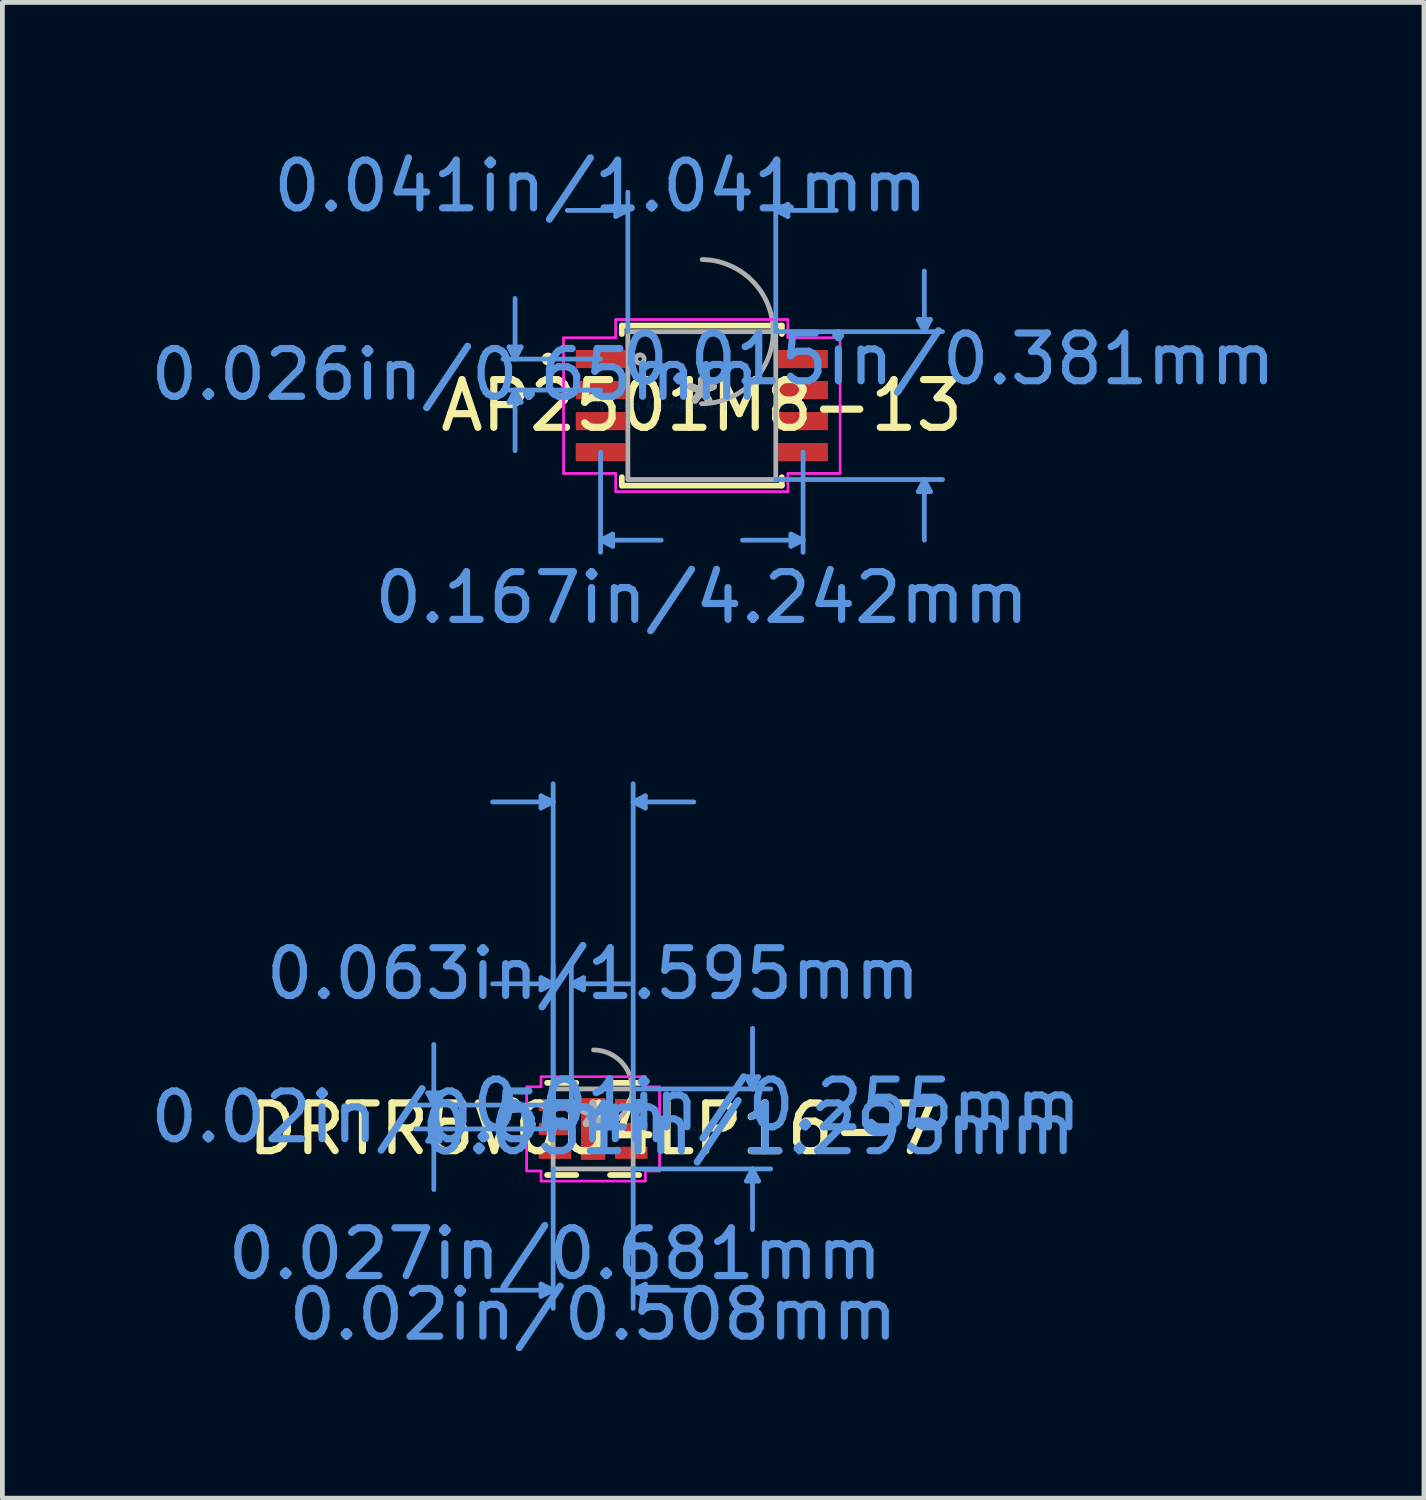
<source format=kicad_pcb>
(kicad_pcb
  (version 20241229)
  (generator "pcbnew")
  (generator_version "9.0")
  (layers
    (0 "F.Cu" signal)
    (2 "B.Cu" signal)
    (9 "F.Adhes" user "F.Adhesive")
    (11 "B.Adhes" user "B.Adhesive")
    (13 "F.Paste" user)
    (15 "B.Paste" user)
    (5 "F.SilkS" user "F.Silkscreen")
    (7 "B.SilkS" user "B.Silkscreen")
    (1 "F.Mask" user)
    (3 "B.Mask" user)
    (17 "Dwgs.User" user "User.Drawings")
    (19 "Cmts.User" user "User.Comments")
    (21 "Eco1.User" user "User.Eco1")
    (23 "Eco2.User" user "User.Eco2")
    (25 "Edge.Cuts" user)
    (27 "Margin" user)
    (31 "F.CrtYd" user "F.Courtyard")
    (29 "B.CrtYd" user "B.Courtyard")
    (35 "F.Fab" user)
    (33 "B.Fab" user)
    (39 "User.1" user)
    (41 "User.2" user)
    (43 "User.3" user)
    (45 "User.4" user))
  (footprint "AP2501M8-13"
    (layer "F.Cu")
    (at 11.651 5.446)
    (property "Reference" "AP2501M8-13" (at 0 0 0) (layer "F.SilkS") (effects (font (size 1 1) (thickness 0.15))))
    (attr through_hole)
    (fp_line (start -1.676 -1.676) (end -1.676 -1.499) (stroke (width 0.12) (type solid)) (layer "F.SilkS"))
    (fp_line (start -1.676 1.499) (end -1.676 1.676) (stroke (width 0.12) (type solid)) (layer "F.SilkS"))
    (fp_line (start -1.676 1.676) (end 1.676 1.676) (stroke (width 0.12) (type solid)) (layer "F.SilkS"))
    (fp_line (start 1.676 -1.676) (end -1.676 -1.676) (stroke (width 0.12) (type solid)) (layer "F.SilkS"))
    (fp_line (start 1.676 -1.499) (end 1.676 -1.676) (stroke (width 0.12) (type solid)) (layer "F.SilkS"))
    (fp_line (start 1.676 1.676) (end 1.676 1.499) (stroke (width 0.12) (type solid)) (layer "F.SilkS"))
    (fp_circle (center -3.221 -0.975) (end -3.145 -0.975) (stroke (width 0.12) (type solid)) (fill no) (layer "F.SilkS"))
    (fp_line (start -4.039 -1.229) (end -3.912 -0.975) (stroke (width 0.1) (type solid)) (layer "Cmts.User"))
    (fp_line (start -4.039 -0.071) (end -3.912 -0.325) (stroke (width 0.1) (type solid)) (layer "Cmts.User"))
    (fp_line (start -3.912 -0.975) (end -3.912 -2.245) (stroke (width 0.1) (type solid)) (layer "Cmts.User"))
    (fp_line (start -3.912 -0.975) (end -3.785 -1.229) (stroke (width 0.1) (type solid)) (layer "Cmts.User"))
    (fp_line (start -3.912 -0.325) (end -3.912 0.945) (stroke (width 0.1) (type solid)) (layer "Cmts.User"))
    (fp_line (start -3.912 -0.325) (end -3.785 -0.071) (stroke (width 0.1) (type solid)) (layer "Cmts.User"))
    (fp_line (start -3.785 -1.229) (end -4.039 -1.229) (stroke (width 0.1) (type solid)) (layer "Cmts.User"))
    (fp_line (start -3.785 -0.071) (end -4.039 -0.071) (stroke (width 0.1) (type solid)) (layer "Cmts.User"))
    (fp_line (start -2.121 -0.975) (end -4.166 -0.975) (stroke (width 0.1) (type solid)) (layer "Cmts.User"))
    (fp_line (start -2.121 -0.325) (end -4.166 -0.325) (stroke (width 0.1) (type solid)) (layer "Cmts.User"))
    (fp_line (start -2.121 0.975) (end -2.121 3.073) (stroke (width 0.1) (type solid)) (layer "Cmts.User"))
    (fp_line (start -2.121 2.819) (end -1.867 2.946) (stroke (width 0.1) (type solid)) (layer "Cmts.User"))
    (fp_line (start -2.121 2.819) (end -0.851 2.819) (stroke (width 0.1) (type solid)) (layer "Cmts.User"))
    (fp_line (start -1.867 2.692) (end -2.121 2.819) (stroke (width 0.1) (type solid)) (layer "Cmts.User"))
    (fp_line (start -1.867 2.946) (end -1.867 2.692) (stroke (width 0.1) (type solid)) (layer "Cmts.User"))
    (fp_line (start -1.803 -4.216) (end -1.803 -3.962) (stroke (width 0.1) (type solid)) (layer "Cmts.User"))
    (fp_line (start -1.549 -4.089) (end -2.819 -4.089) (stroke (width 0.1) (type solid)) (layer "Cmts.User"))
    (fp_line (start -1.549 -4.089) (end -1.803 -4.216) (stroke (width 0.1) (type solid)) (layer "Cmts.User"))
    (fp_line (start -1.549 -4.089) (end -1.803 -3.962) (stroke (width 0.1) (type solid)) (layer "Cmts.User"))
    (fp_line (start -1.549 -1.549) (end -1.549 -4.47) (stroke (width 0.1) (type solid)) (layer "Cmts.User"))
    (fp_line (start 1.549 -4.089) (end 1.803 -4.216) (stroke (width 0.1) (type solid)) (layer "Cmts.User"))
    (fp_line (start 1.549 -4.089) (end 1.803 -3.962) (stroke (width 0.1) (type solid)) (layer "Cmts.User"))
    (fp_line (start 1.549 -4.089) (end 2.819 -4.089) (stroke (width 0.1) (type solid)) (layer "Cmts.User"))
    (fp_line (start 1.549 -1.549) (end 1.549 -4.47) (stroke (width 0.1) (type solid)) (layer "Cmts.User"))
    (fp_line (start 1.549 -1.549) (end 5.042 -1.549) (stroke (width 0.1) (type solid)) (layer "Cmts.User"))
    (fp_line (start 1.549 1.549) (end 5.042 1.549) (stroke (width 0.1) (type solid)) (layer "Cmts.User"))
    (fp_line (start 1.803 -4.216) (end 1.803 -3.962) (stroke (width 0.1) (type solid)) (layer "Cmts.User"))
    (fp_line (start 1.867 2.692) (end 2.121 2.819) (stroke (width 0.1) (type solid)) (layer "Cmts.User"))
    (fp_line (start 1.867 2.946) (end 1.867 2.692) (stroke (width 0.1) (type solid)) (layer "Cmts.User"))
    (fp_line (start 2.121 0.975) (end 2.121 3.073) (stroke (width 0.1) (type solid)) (layer "Cmts.User"))
    (fp_line (start 2.121 2.819) (end 0.851 2.819) (stroke (width 0.1) (type solid)) (layer "Cmts.User"))
    (fp_line (start 2.121 2.819) (end 1.867 2.946) (stroke (width 0.1) (type solid)) (layer "Cmts.User"))
    (fp_line (start 4.534 -1.803) (end 4.788 -1.803) (stroke (width 0.1) (type solid)) (layer "Cmts.User"))
    (fp_line (start 4.534 1.803) (end 4.788 1.803) (stroke (width 0.1) (type solid)) (layer "Cmts.User"))
    (fp_line (start 4.661 -1.549) (end 4.534 -1.803) (stroke (width 0.1) (type solid)) (layer "Cmts.User"))
    (fp_line (start 4.661 -1.549) (end 4.661 -2.819) (stroke (width 0.1) (type solid)) (layer "Cmts.User"))
    (fp_line (start 4.661 -1.549) (end 4.788 -1.803) (stroke (width 0.1) (type solid)) (layer "Cmts.User"))
    (fp_line (start 4.661 1.549) (end 4.534 1.803) (stroke (width 0.1) (type solid)) (layer "Cmts.User"))
    (fp_line (start 4.661 1.549) (end 4.661 2.819) (stroke (width 0.1) (type solid)) (layer "Cmts.User"))
    (fp_line (start 4.661 1.549) (end 4.788 1.803) (stroke (width 0.1) (type solid)) (layer "Cmts.User"))
    (fp_line (start -2.896 -1.42) (end -1.803 -1.42) (stroke (width 0.05) (type solid)) (layer "F.CrtYd"))
    (fp_line (start -2.896 -1.42) (end -1.803 -1.42) (stroke (width 0.05) (type solid)) (layer "F.CrtYd"))
    (fp_line (start -2.896 1.42) (end -2.896 -1.42) (stroke (width 0.05) (type solid)) (layer "F.CrtYd"))
    (fp_line (start -2.896 1.42) (end -2.896 -1.42) (stroke (width 0.05) (type solid)) (layer "F.CrtYd"))
    (fp_line (start -2.896 1.42) (end -1.803 1.42) (stroke (width 0.05) (type solid)) (layer "F.CrtYd"))
    (fp_line (start -1.803 -1.803) (end 1.803 -1.803) (stroke (width 0.05) (type solid)) (layer "F.CrtYd"))
    (fp_line (start -1.803 -1.803) (end 1.803 -1.803) (stroke (width 0.05) (type solid)) (layer "F.CrtYd"))
    (fp_line (start -1.803 -1.42) (end -1.803 -1.803) (stroke (width 0.05) (type solid)) (layer "F.CrtYd"))
    (fp_line (start -1.803 -1.42) (end -1.803 -1.803) (stroke (width 0.05) (type solid)) (layer "F.CrtYd"))
    (fp_line (start -1.803 1.42) (end -2.896 1.42) (stroke (width 0.05) (type solid)) (layer "F.CrtYd"))
    (fp_line (start -1.803 1.803) (end -1.803 1.42) (stroke (width 0.05) (type solid)) (layer "F.CrtYd"))
    (fp_line (start -1.803 1.803) (end -1.803 1.42) (stroke (width 0.05) (type solid)) (layer "F.CrtYd"))
    (fp_line (start 1.803 -1.803) (end 1.803 -1.42) (stroke (width 0.05) (type solid)) (layer "F.CrtYd"))
    (fp_line (start 1.803 -1.803) (end 1.803 -1.42) (stroke (width 0.05) (type solid)) (layer "F.CrtYd"))
    (fp_line (start 1.803 -1.42) (end 2.896 -1.42) (stroke (width 0.05) (type solid)) (layer "F.CrtYd"))
    (fp_line (start 1.803 1.42) (end 1.803 1.803) (stroke (width 0.05) (type solid)) (layer "F.CrtYd"))
    (fp_line (start 1.803 1.42) (end 1.803 1.803) (stroke (width 0.05) (type solid)) (layer "F.CrtYd"))
    (fp_line (start 1.803 1.803) (end -1.803 1.803) (stroke (width 0.05) (type solid)) (layer "F.CrtYd"))
    (fp_line (start 1.803 1.803) (end -1.803 1.803) (stroke (width 0.05) (type solid)) (layer "F.CrtYd"))
    (fp_line (start 2.896 -1.42) (end 1.803 -1.42) (stroke (width 0.05) (type solid)) (layer "F.CrtYd"))
    (fp_line (start 2.896 -1.42) (end 2.896 1.42) (stroke (width 0.05) (type solid)) (layer "F.CrtYd"))
    (fp_line (start 2.896 -1.42) (end 2.896 1.42) (stroke (width 0.05) (type solid)) (layer "F.CrtYd"))
    (fp_line (start 2.896 1.42) (end 1.803 1.42) (stroke (width 0.05) (type solid)) (layer "F.CrtYd"))
    (fp_line (start 2.896 1.42) (end 1.803 1.42) (stroke (width 0.05) (type solid)) (layer "F.CrtYd"))
    (fp_line (start -1.549 -1.549) (end -1.549 1.549) (stroke (width 0.1) (type solid)) (layer "F.Fab"))
    (fp_line (start -1.549 1.549) (end 1.549 1.549) (stroke (width 0.1) (type solid)) (layer "F.Fab"))
    (fp_line (start 1.549 -1.549) (end -1.549 -1.549) (stroke (width 0.1) (type solid)) (layer "F.Fab"))
    (fp_line (start 1.549 1.549) (end 1.549 -1.549) (stroke (width 0.1) (type solid)) (layer "F.Fab"))
    (fp_arc (start 0.007742 -3.059445) (mid 1.510045 -1.541658) (end -0.007742 -0.039355) (stroke (width 0.1) (type solid)) (layer "F.Fab"))
    (fp_circle (center -1.295 -0.975) (end -1.257 -0.975) (stroke (width 0.1) (type solid)) (fill no) (layer "F.Fab"))
    (fp_text user "*" (at 0 0 0) (layer "F.SilkS") (effects (font (size 1 1) (thickness 0.15))))
    (fp_text user "0.026in/0.65mm" (at -5.169 -0.65 0) (layer "Cmts.User") (effects (font (size 1 1) (thickness 0.15))))
    (fp_text user "0.167in/4.242mm" (at 0 4.023 0) (layer "Cmts.User") (effects (font (size 1 1) (thickness 0.15))))
    (fp_text user "0.041in/1.041mm" (at -2.121 -4.597 0) (layer "Cmts.User") (effects (font (size 1 1) (thickness 0.15))))
    (fp_text user "0.015in/0.381mm" (at 5.169 -0.975 0) (layer "Cmts.User") (effects (font (size 1 1) (thickness 0.15))))
    (fp_text user "Copyright 2021 Accelerated Designs. All rights reserved." (at 0 0 0) (layer "Cmts.User") (effects (font (size 0.127 0.127) (thickness 0.002))))
    (fp_text user "*" (at 0 0 0) (layer "F.Fab") (effects (font (size 1 1) (thickness 0.15))))
    (pad "1" smd rect (at -2.121 -0.975) (size 1.041 0.381) (layers "F.Cu" "F.Mask" "F.Paste"))
    (pad "2" smd rect (at -2.121 -0.325) (size 1.041 0.381) (layers "F.Cu" "F.Mask" "F.Paste"))
    (pad "3" smd rect (at -2.121 0.325) (size 1.041 0.381) (layers "F.Cu" "F.Mask" "F.Paste"))
    (pad "4" smd rect (at -2.121 0.975) (size 1.041 0.381) (layers "F.Cu" "F.Mask" "F.Paste"))
    (pad "5" smd rect (at 2.121 0.975) (size 1.041 0.381) (layers "F.Cu" "F.Mask" "F.Paste"))
    (pad "6" smd rect (at 2.121 0.325) (size 1.041 0.381) (layers "F.Cu" "F.Mask" "F.Paste"))
    (pad "7" smd rect (at 2.121 -0.325) (size 1.041 0.381) (layers "F.Cu" "F.Mask" "F.Paste"))
    (pad "8" smd rect (at 2.121 -0.975) (size 1.041 0.381) (layers "F.Cu" "F.Mask" "F.Paste")))
  (footprint "DRTR5V0U4LP16-7"
    (layer "F.Cu")
    (at 9.375 20.598)
    (property "Reference" "DRTR5V0U4LP16-7" (at 0 0 0) (layer "F.SilkS") (effects (font (size 1 1) (thickness 0.15))))
    (attr through_hole)
    (fp_line (start -0.965 0.965) (end -0.354 0.965) (stroke (width 0.12) (type solid)) (layer "F.SilkS"))
    (fp_line (start -0.354 -0.965) (end -0.965 -0.965) (stroke (width 0.12) (type solid)) (layer "F.SilkS"))
    (fp_line (start 0.354 0.965) (end 0.965 0.965) (stroke (width 0.12) (type solid)) (layer "F.SilkS"))
    (fp_line (start 0.965 -0.965) (end 0.354 -0.965) (stroke (width 0.12) (type solid)) (layer "F.SilkS"))
    (fp_circle (center -1.689 -0.5) (end -1.587 -0.5) (stroke (width 0.12) (type solid)) (fill no) (layer "F.SilkS"))
    (fp_line (start -3.465 -0.754) (end -3.211 -0.754) (stroke (width 0.1) (type solid)) (layer "Cmts.User"))
    (fp_line (start -3.465 0.254) (end -3.211 0.254) (stroke (width 0.1) (type solid)) (layer "Cmts.User"))
    (fp_line (start -3.338 -0.5) (end -3.465 -0.754) (stroke (width 0.1) (type solid)) (layer "Cmts.User"))
    (fp_line (start -3.338 -0.5) (end -3.338 -1.77) (stroke (width 0.1) (type solid)) (layer "Cmts.User"))
    (fp_line (start -3.338 -0.5) (end -3.211 -0.754) (stroke (width 0.1) (type solid)) (layer "Cmts.User"))
    (fp_line (start -3.338 0) (end -3.465 0.254) (stroke (width 0.1) (type solid)) (layer "Cmts.User"))
    (fp_line (start -3.338 0) (end -3.338 1.27) (stroke (width 0.1) (type solid)) (layer "Cmts.User"))
    (fp_line (start -3.338 0) (end -3.211 0.254) (stroke (width 0.1) (type solid)) (layer "Cmts.User"))
    (fp_line (start -1.092 -6.977) (end -1.092 -6.723) (stroke (width 0.1) (type solid)) (layer "Cmts.User"))
    (fp_line (start -1.092 -3.167) (end -1.092 -2.913) (stroke (width 0.1) (type solid)) (layer "Cmts.User"))
    (fp_line (start -1.092 3.251) (end -1.092 3.505) (stroke (width 0.1) (type solid)) (layer "Cmts.User"))
    (fp_line (start -0.838 -6.85) (end -2.108 -6.85) (stroke (width 0.1) (type solid)) (layer "Cmts.User"))
    (fp_line (start -0.838 -6.85) (end -1.092 -6.977) (stroke (width 0.1) (type solid)) (layer "Cmts.User"))
    (fp_line (start -0.838 -6.85) (end -1.092 -6.723) (stroke (width 0.1) (type solid)) (layer "Cmts.User"))
    (fp_line (start -0.838 -3.04) (end -2.108 -3.04) (stroke (width 0.1) (type solid)) (layer "Cmts.User"))
    (fp_line (start -0.838 -3.04) (end -1.092 -3.167) (stroke (width 0.1) (type solid)) (layer "Cmts.User"))
    (fp_line (start -0.838 -3.04) (end -1.092 -2.913) (stroke (width 0.1) (type solid)) (layer "Cmts.User"))
    (fp_line (start -0.838 -0.5) (end -0.838 -7.231) (stroke (width 0.1) (type solid)) (layer "Cmts.User"))
    (fp_line (start -0.838 -0.5) (end -0.838 -3.421) (stroke (width 0.1) (type solid)) (layer "Cmts.User"))
    (fp_line (start -0.838 0.838) (end -0.838 3.759) (stroke (width 0.1) (type solid)) (layer "Cmts.User"))
    (fp_line (start -0.838 3.378) (end -2.108 3.378) (stroke (width 0.1) (type solid)) (layer "Cmts.User"))
    (fp_line (start -0.838 3.378) (end -1.092 3.251) (stroke (width 0.1) (type solid)) (layer "Cmts.User"))
    (fp_line (start -0.838 3.378) (end -1.092 3.505) (stroke (width 0.1) (type solid)) (layer "Cmts.User"))
    (fp_line (start -0.798 -0.5) (end -3.719 -0.5) (stroke (width 0.1) (type solid)) (layer "Cmts.User"))
    (fp_line (start -0.798 0) (end -3.719 0) (stroke (width 0.1) (type solid)) (layer "Cmts.User"))
    (fp_line (start -0.457 -3.04) (end -0.203 -3.167) (stroke (width 0.1) (type solid)) (layer "Cmts.User"))
    (fp_line (start -0.457 -3.04) (end -0.203 -2.913) (stroke (width 0.1) (type solid)) (layer "Cmts.User"))
    (fp_line (start -0.457 -3.04) (end 0.813 -3.04) (stroke (width 0.1) (type solid)) (layer "Cmts.User"))
    (fp_line (start -0.457 -0.5) (end -0.457 -3.421) (stroke (width 0.1) (type solid)) (layer "Cmts.User"))
    (fp_line (start -0.203 -3.167) (end -0.203 -2.913) (stroke (width 0.1) (type solid)) (layer "Cmts.User"))
    (fp_line (start 0.838 -6.85) (end 1.092 -6.977) (stroke (width 0.1) (type solid)) (layer "Cmts.User"))
    (fp_line (start 0.838 -6.85) (end 1.092 -6.723) (stroke (width 0.1) (type solid)) (layer "Cmts.User"))
    (fp_line (start 0.838 -6.85) (end 2.108 -6.85) (stroke (width 0.1) (type solid)) (layer "Cmts.User"))
    (fp_line (start 0.838 -0.838) (end 3.719 -0.838) (stroke (width 0.1) (type solid)) (layer "Cmts.User"))
    (fp_line (start 0.838 -0.5) (end 0.838 -7.231) (stroke (width 0.1) (type solid)) (layer "Cmts.User"))
    (fp_line (start 0.838 0.838) (end 0.838 3.759) (stroke (width 0.1) (type solid)) (layer "Cmts.User"))
    (fp_line (start 0.838 0.838) (end 3.719 0.838) (stroke (width 0.1) (type solid)) (layer "Cmts.User"))
    (fp_line (start 0.838 3.378) (end 1.092 3.251) (stroke (width 0.1) (type solid)) (layer "Cmts.User"))
    (fp_line (start 0.838 3.378) (end 1.092 3.505) (stroke (width 0.1) (type solid)) (layer "Cmts.User"))
    (fp_line (start 0.838 3.378) (end 2.108 3.378) (stroke (width 0.1) (type solid)) (layer "Cmts.User"))
    (fp_line (start 1.092 -6.977) (end 1.092 -6.723) (stroke (width 0.1) (type solid)) (layer "Cmts.User"))
    (fp_line (start 1.092 3.251) (end 1.092 3.505) (stroke (width 0.1) (type solid)) (layer "Cmts.User"))
    (fp_line (start 3.211 -1.092) (end 3.465 -1.092) (stroke (width 0.1) (type solid)) (layer "Cmts.User"))
    (fp_line (start 3.211 1.092) (end 3.465 1.092) (stroke (width 0.1) (type solid)) (layer "Cmts.User"))
    (fp_line (start 3.338 -0.838) (end 3.211 -1.092) (stroke (width 0.1) (type solid)) (layer "Cmts.User"))
    (fp_line (start 3.338 -0.838) (end 3.338 -2.108) (stroke (width 0.1) (type solid)) (layer "Cmts.User"))
    (fp_line (start 3.338 -0.838) (end 3.465 -1.092) (stroke (width 0.1) (type solid)) (layer "Cmts.User"))
    (fp_line (start 3.338 0.838) (end 3.211 1.092) (stroke (width 0.1) (type solid)) (layer "Cmts.User"))
    (fp_line (start 3.338 0.838) (end 3.338 2.108) (stroke (width 0.1) (type solid)) (layer "Cmts.User"))
    (fp_line (start 3.338 0.838) (end 3.465 1.092) (stroke (width 0.1) (type solid)) (layer "Cmts.User"))
    (fp_line (start -1.392 -0.881) (end -1.092 -0.881) (stroke (width 0.05) (type solid)) (layer "F.CrtYd"))
    (fp_line (start -1.392 -0.881) (end -1.092 -0.881) (stroke (width 0.05) (type solid)) (layer "F.CrtYd"))
    (fp_line (start -1.392 0.881) (end -1.392 -0.881) (stroke (width 0.05) (type solid)) (layer "F.CrtYd"))
    (fp_line (start -1.392 0.881) (end -1.392 -0.881) (stroke (width 0.05) (type solid)) (layer "F.CrtYd"))
    (fp_line (start -1.392 0.881) (end -1.092 0.881) (stroke (width 0.05) (type solid)) (layer "F.CrtYd"))
    (fp_line (start -1.092 -1.092) (end 1.092 -1.092) (stroke (width 0.05) (type solid)) (layer "F.CrtYd"))
    (fp_line (start -1.092 -1.092) (end 1.092 -1.092) (stroke (width 0.05) (type solid)) (layer "F.CrtYd"))
    (fp_line (start -1.092 -0.881) (end -1.092 -1.092) (stroke (width 0.05) (type solid)) (layer "F.CrtYd"))
    (fp_line (start -1.092 -0.881) (end -1.092 -1.092) (stroke (width 0.05) (type solid)) (layer "F.CrtYd"))
    (fp_line (start -1.092 0.881) (end -1.392 0.881) (stroke (width 0.05) (type solid)) (layer "F.CrtYd"))
    (fp_line (start -1.092 1.092) (end -1.092 0.881) (stroke (width 0.05) (type solid)) (layer "F.CrtYd"))
    (fp_line (start -1.092 1.092) (end -1.092 0.881) (stroke (width 0.05) (type solid)) (layer "F.CrtYd"))
    (fp_line (start 1.092 -1.092) (end 1.092 -0.881) (stroke (width 0.05) (type solid)) (layer "F.CrtYd"))
    (fp_line (start 1.092 -1.092) (end 1.092 -0.881) (stroke (width 0.05) (type solid)) (layer "F.CrtYd"))
    (fp_line (start 1.092 -0.881) (end 1.392 -0.881) (stroke (width 0.05) (type solid)) (layer "F.CrtYd"))
    (fp_line (start 1.092 0.881) (end 1.092 1.092) (stroke (width 0.05) (type solid)) (layer "F.CrtYd"))
    (fp_line (start 1.092 0.881) (end 1.092 1.092) (stroke (width 0.05) (type solid)) (layer "F.CrtYd"))
    (fp_line (start 1.092 1.092) (end -1.092 1.092) (stroke (width 0.05) (type solid)) (layer "F.CrtYd"))
    (fp_line (start 1.092 1.092) (end -1.092 1.092) (stroke (width 0.05) (type solid)) (layer "F.CrtYd"))
    (fp_line (start 1.392 -0.881) (end 1.092 -0.881) (stroke (width 0.05) (type solid)) (layer "F.CrtYd"))
    (fp_line (start 1.392 -0.881) (end 1.392 0.881) (stroke (width 0.05) (type solid)) (layer "F.CrtYd"))
    (fp_line (start 1.392 -0.881) (end 1.392 0.881) (stroke (width 0.05) (type solid)) (layer "F.CrtYd"))
    (fp_line (start 1.392 0.881) (end 1.092 0.881) (stroke (width 0.05) (type solid)) (layer "F.CrtYd"))
    (fp_line (start 1.392 0.881) (end 1.092 0.881) (stroke (width 0.05) (type solid)) (layer "F.CrtYd"))
    (fp_line (start -0.838 -0.838) (end -0.838 0.838) (stroke (width 0.1) (type solid)) (layer "F.Fab"))
    (fp_line (start -0.838 0.838) (end 0.838 0.838) (stroke (width 0.1) (type solid)) (layer "F.Fab"))
    (fp_line (start 0.838 -0.838) (end -0.838 -0.838) (stroke (width 0.1) (type solid)) (layer "F.Fab"))
    (fp_line (start 0.838 0.838) (end 0.838 -0.838) (stroke (width 0.1) (type solid)) (layer "F.Fab"))
    (fp_arc (start 0.007742 -1.65511) (mid 0.81691 -0.830458) (end -0.007742 -0.02129) (stroke (width 0.1) (type solid)) (layer "F.Fab"))
    (fp_circle (center -0.457 -0.5) (end -0.381 -0.5) (stroke (width 0.1) (type solid)) (fill no) (layer "F.Fab"))
    (fp_text user "*" (at 0 0 0) (layer "F.SilkS") (effects (font (size 1 1) (thickness 0.15))))
    (fp_text user "0.02in/0.5mm" (at -3.846 -0.25 0) (layer "Cmts.User") (effects (font (size 1 1) (thickness 0.15))))
    (fp_text user "0.01in/0.255mm" (at 3.846 -0.5 0) (layer "Cmts.User") (effects (font (size 1 1) (thickness 0.15))))
    (fp_text user "0.02in/0.508mm" (at 0 3.886 0) (layer "Cmts.User") (effects (font (size 1 1) (thickness 0.15))))
    (fp_text user "Copyright 2021 Accelerated Designs. All rights reserved." (at 0 0 0) (layer "Cmts.User") (effects (font (size 0.127 0.127) (thickness 0.002))))
    (fp_text user "0.063in/1.595mm" (at 0 -3.251 0) (layer "Cmts.User") (effects (font (size 1 1) (thickness 0.15))))
    (fp_text user "0.027in/0.681mm" (at -0.798 2.616 0) (layer "Cmts.User") (effects (font (size 1 1) (thickness 0.15))))
    (fp_text user "0.051in/1.295mm" (at 3.251 0 0) (layer "Cmts.User") (effects (font (size 1 1) (thickness 0.15))))
    (fp_text user "*" (at 0 0 0) (layer "F.Fab") (effects (font (size 1 1) (thickness 0.15))))
    (pad "1" smd rect (at -0.798 -0.5) (size 0.681 0.255) (layers "F.Cu" "F.Mask" "F.Paste"))
    (pad "2" smd rect (at -0.798 0) (size 0.681 0.255) (layers "F.Cu" "F.Mask" "F.Paste"))
    (pad "3" smd rect (at -0.798 0.5) (size 0.681 0.255) (layers "F.Cu" "F.Mask" "F.Paste"))
    (pad "4" smd rect (at 0.798 0.5) (size 0.681 0.255) (layers "F.Cu" "F.Mask" "F.Paste"))
    (pad "5" smd rect (at 0.798 0) (size 0.681 0.255) (layers "F.Cu" "F.Mask" "F.Paste"))
    (pad "6" smd rect (at 0.798 -0.5) (size 0.681 0.255) (layers "F.Cu" "F.Mask" "F.Paste"))
    (pad "7" smd rect (at 0 0) (size 0.508 1.295) (layers "F.Cu" "F.Mask" "F.Paste")))
  (gr_rect
    (start -3 -3)
    (end 26.778 28.333)
    (stroke (width 0.1) (type default))
    (fill no)
    (layer "Edge.Cuts")))
</source>
